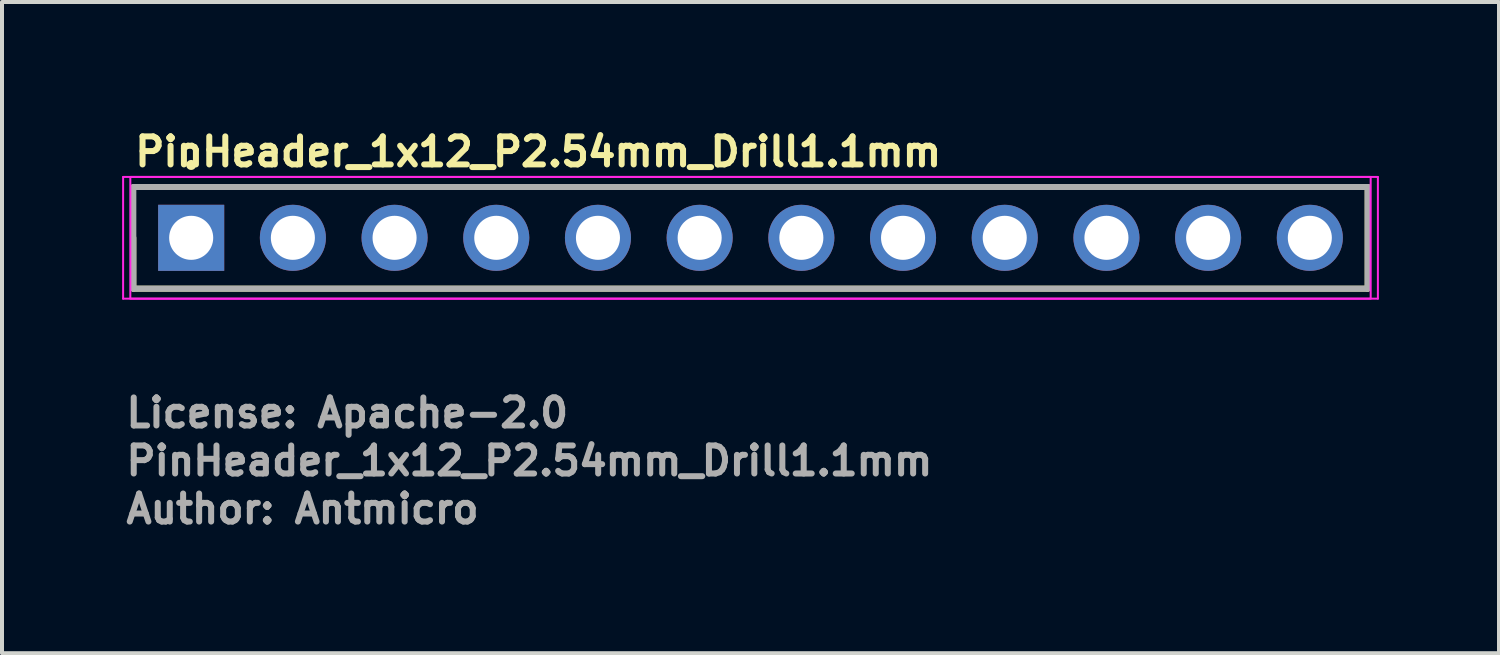
<source format=kicad_pcb>
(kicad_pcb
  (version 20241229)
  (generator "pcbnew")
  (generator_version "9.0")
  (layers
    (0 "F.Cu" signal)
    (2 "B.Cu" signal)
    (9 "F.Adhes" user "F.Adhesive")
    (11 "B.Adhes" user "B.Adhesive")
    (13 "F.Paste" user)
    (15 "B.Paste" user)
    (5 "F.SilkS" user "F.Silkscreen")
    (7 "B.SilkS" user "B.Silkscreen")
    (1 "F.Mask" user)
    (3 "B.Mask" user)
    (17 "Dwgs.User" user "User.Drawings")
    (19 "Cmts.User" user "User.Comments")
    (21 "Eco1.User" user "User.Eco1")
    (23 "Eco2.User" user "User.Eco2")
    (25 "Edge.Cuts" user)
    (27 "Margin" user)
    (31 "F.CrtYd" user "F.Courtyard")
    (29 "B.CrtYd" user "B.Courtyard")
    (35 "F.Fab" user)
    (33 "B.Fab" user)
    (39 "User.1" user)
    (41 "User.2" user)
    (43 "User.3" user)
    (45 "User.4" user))
  (footprint "PinHeader_1x12_P2.54mm_Drill1.1mm"
    (layer "F.Cu")
    (at 1.725 2.89)
    (property "Reference" "PinHeader_1x12_P2.54mm_Drill1.1mm" (at -1.48 -1.74 0) (unlocked yes) (layer "F.SilkS") (effects (font (size 0.7 0.7) (thickness 0.15)) (justify left bottom)))
    (attr through_hole)
    (fp_line (start -1.445 0) (end -1.445 1.27) (stroke (width 0.15) (type solid)) (layer "F.SilkS"))
    (fp_line (start -1.445 1.27) (end 29.385 1.27) (stroke (width 0.15) (type solid)) (layer "F.SilkS"))
    (fp_line (start 29.385 -1.27) (end 0 -1.27) (stroke (width 0.15) (type solid)) (layer "F.SilkS"))
    (fp_line (start 29.385 1.27) (end 29.385 -1.27) (stroke (width 0.15) (type solid)) (layer "F.SilkS"))
    (fp_circle (center 0 -1.82) (end 0.05 -1.82) (stroke (width 0.15) (type solid)) (fill yes) (layer "F.SilkS"))
    (fp_line (start -1.7 -1.52) (end 29.64 -1.52) (stroke (width 0.05) (type solid)) (layer "F.CrtYd"))
    (fp_line (start -1.7 1.52) (end -1.7 -1.52) (stroke (width 0.05) (type solid)) (layer "F.CrtYd"))
    (fp_line (start 29.64 -1.52) (end 29.64 1.52) (stroke (width 0.05) (type solid)) (layer "F.CrtYd"))
    (fp_line (start 29.64 1.52) (end -1.7 1.52) (stroke (width 0.05) (type solid)) (layer "F.CrtYd"))
    (fp_rect (start -1.52 -1.52) (end 29.46 1.52) (stroke (width 0.05) (type solid)) (fill no) (layer "F.CrtYd"))
    (fp_line (start -1.445 -1.27) (end 29.385 -1.27) (stroke (width 0.15) (type solid)) (layer "F.Fab"))
    (fp_line (start -1.445 1.27) (end -1.445 -1.27) (stroke (width 0.15) (type solid)) (layer "F.Fab"))
    (fp_line (start 29.385 -1.27) (end 29.385 1.27) (stroke (width 0.15) (type solid)) (layer "F.Fab"))
    (fp_line (start 29.385 1.27) (end -1.445 1.27) (stroke (width 0.15) (type solid)) (layer "F.Fab"))
    (fp_rect (start -1.27 -1.27) (end 29.21 1.27) (stroke (width 0.1) (type solid)) (fill no) (layer "User.5"))
    (fp_line (start -1.27 -1.27) (end 1.045 -1.27) (stroke (width 0.02) (type solid)) (layer "User.9"))
    (fp_line (start -1.27 1.27) (end -1.27 -1.27) (stroke (width 0.02) (type solid)) (layer "User.9"))
    (fp_line (start -1.27 1.27) (end 1.045 1.27) (stroke (width 0.02) (type solid)) (layer "User.9"))
    (fp_line (start -0.32 -0.32) (end -0.064 -0.064) (stroke (width 0.02) (type solid)) (layer "User.9"))
    (fp_line (start -0.32 -0.32) (end 0.32 -0.32) (stroke (width 0.02) (type solid)) (layer "User.9"))
    (fp_line (start -0.32 0.32) (end -0.32 -0.32) (stroke (width 0.02) (type solid)) (layer "User.9"))
    (fp_line (start -0.32 0.32) (end -0.064 0.064) (stroke (width 0.02) (type solid)) (layer "User.9"))
    (fp_line (start -0.32 0.32) (end 0.32 0.32) (stroke (width 0.02) (type solid)) (layer "User.9"))
    (fp_line (start -0.064 -0.064) (end 0.064 -0.064) (stroke (width 0.02) (type solid)) (layer "User.9"))
    (fp_line (start -0.064 0.064) (end -0.064 -0.064) (stroke (width 0.02) (type solid)) (layer "User.9"))
    (fp_line (start -0.064 0.064) (end 0.064 0.064) (stroke (width 0.02) (type solid)) (layer "User.9"))
    (fp_line (start 0.064 0.064) (end 0.064 -0.064) (stroke (width 0.02) (type solid)) (layer "User.9"))
    (fp_line (start 0.32 -0.32) (end 0.064 -0.064) (stroke (width 0.02) (type solid)) (layer "User.9"))
    (fp_line (start 0.32 0.32) (end 0.064 0.064) (stroke (width 0.02) (type solid)) (layer "User.9"))
    (fp_line (start 0.32 0.32) (end 0.32 -0.32) (stroke (width 0.02) (type solid)) (layer "User.9"))
    (fp_line (start 1.045 -1.27) (end 1.27 -1.045) (stroke (width 0.02) (type solid)) (layer "User.9"))
    (fp_line (start 1.045 1.27) (end 1.045 -1.27) (stroke (width 0.02) (type solid)) (layer "User.9"))
    (fp_line (start 1.045 1.27) (end 1.27 1.045) (stroke (width 0.02) (type solid)) (layer "User.9"))
    (fp_line (start 1.27 1.045) (end 1.27 -1.045) (stroke (width 0.02) (type solid)) (layer "User.9"))
    (fp_line (start 1.495 -1.27) (end 1.27 -1.045) (stroke (width 0.02) (type solid)) (layer "User.9"))
    (fp_line (start 1.495 -1.27) (end 3.585 -1.27) (stroke (width 0.02) (type solid)) (layer "User.9"))
    (fp_line (start 1.495 1.27) (end 1.27 1.045) (stroke (width 0.02) (type solid)) (layer "User.9"))
    (fp_line (start 1.495 1.27) (end 1.495 -1.27) (stroke (width 0.02) (type solid)) (layer "User.9"))
    (fp_line (start 1.495 1.27) (end 3.585 1.27) (stroke (width 0.02) (type solid)) (layer "User.9"))
    (fp_line (start 2.22 -0.32) (end 2.476 -0.064) (stroke (width 0.02) (type solid)) (layer "User.9"))
    (fp_line (start 2.22 -0.32) (end 2.86 -0.32) (stroke (width 0.02) (type solid)) (layer "User.9"))
    (fp_line (start 2.22 0.32) (end 2.22 -0.32) (stroke (width 0.02) (type solid)) (layer "User.9"))
    (fp_line (start 2.22 0.32) (end 2.476 0.064) (stroke (width 0.02) (type solid)) (layer "User.9"))
    (fp_line (start 2.22 0.32) (end 2.86 0.32) (stroke (width 0.02) (type solid)) (layer "User.9"))
    (fp_line (start 2.476 -0.064) (end 2.604 -0.064) (stroke (width 0.02) (type solid)) (layer "User.9"))
    (fp_line (start 2.476 0.064) (end 2.476 -0.064) (stroke (width 0.02) (type solid)) (layer "User.9"))
    (fp_line (start 2.476 0.064) (end 2.604 0.064) (stroke (width 0.02) (type solid)) (layer "User.9"))
    (fp_line (start 2.604 0.064) (end 2.604 -0.064) (stroke (width 0.02) (type solid)) (layer "User.9"))
    (fp_line (start 2.86 -0.32) (end 2.604 -0.064) (stroke (width 0.02) (type solid)) (layer "User.9"))
    (fp_line (start 2.86 0.32) (end 2.604 0.064) (stroke (width 0.02) (type solid)) (layer "User.9"))
    (fp_line (start 2.86 0.32) (end 2.86 -0.32) (stroke (width 0.02) (type solid)) (layer "User.9"))
    (fp_line (start 3.585 -1.27) (end 3.81 -1.045) (stroke (width 0.02) (type solid)) (layer "User.9"))
    (fp_line (start 3.585 1.27) (end 3.585 -1.27) (stroke (width 0.02) (type solid)) (layer "User.9"))
    (fp_line (start 3.585 1.27) (end 3.81 1.045) (stroke (width 0.02) (type solid)) (layer "User.9"))
    (fp_line (start 3.81 1.045) (end 3.81 -1.045) (stroke (width 0.02) (type solid)) (layer "User.9"))
    (fp_line (start 4.035 -1.27) (end 3.81 -1.045) (stroke (width 0.02) (type solid)) (layer "User.9"))
    (fp_line (start 4.035 -1.27) (end 6.125 -1.27) (stroke (width 0.02) (type solid)) (layer "User.9"))
    (fp_line (start 4.035 1.27) (end 3.81 1.045) (stroke (width 0.02) (type solid)) (layer "User.9"))
    (fp_line (start 4.035 1.27) (end 4.035 -1.27) (stroke (width 0.02) (type solid)) (layer "User.9"))
    (fp_line (start 4.035 1.27) (end 6.125 1.27) (stroke (width 0.02) (type solid)) (layer "User.9"))
    (fp_line (start 4.76 -0.32) (end 5.016 -0.064) (stroke (width 0.02) (type solid)) (layer "User.9"))
    (fp_line (start 4.76 -0.32) (end 5.4 -0.32) (stroke (width 0.02) (type solid)) (layer "User.9"))
    (fp_line (start 4.76 0.32) (end 4.76 -0.32) (stroke (width 0.02) (type solid)) (layer "User.9"))
    (fp_line (start 4.76 0.32) (end 5.016 0.064) (stroke (width 0.02) (type solid)) (layer "User.9"))
    (fp_line (start 4.76 0.32) (end 5.4 0.32) (stroke (width 0.02) (type solid)) (layer "User.9"))
    (fp_line (start 5.016 -0.064) (end 5.144 -0.064) (stroke (width 0.02) (type solid)) (layer "User.9"))
    (fp_line (start 5.016 0.064) (end 5.016 -0.064) (stroke (width 0.02) (type solid)) (layer "User.9"))
    (fp_line (start 5.016 0.064) (end 5.144 0.064) (stroke (width 0.02) (type solid)) (layer "User.9"))
    (fp_line (start 5.144 0.064) (end 5.144 -0.064) (stroke (width 0.02) (type solid)) (layer "User.9"))
    (fp_line (start 5.4 -0.32) (end 5.144 -0.064) (stroke (width 0.02) (type solid)) (layer "User.9"))
    (fp_line (start 5.4 0.32) (end 5.144 0.064) (stroke (width 0.02) (type solid)) (layer "User.9"))
    (fp_line (start 5.4 0.32) (end 5.4 -0.32) (stroke (width 0.02) (type solid)) (layer "User.9"))
    (fp_line (start 6.125 -1.27) (end 6.35 -1.045) (stroke (width 0.02) (type solid)) (layer "User.9"))
    (fp_line (start 6.125 1.27) (end 6.125 -1.27) (stroke (width 0.02) (type solid)) (layer "User.9"))
    (fp_line (start 6.125 1.27) (end 6.35 1.045) (stroke (width 0.02) (type solid)) (layer "User.9"))
    (fp_line (start 6.35 1.045) (end 6.35 -1.045) (stroke (width 0.02) (type solid)) (layer "User.9"))
    (fp_line (start 6.575 -1.27) (end 6.35 -1.045) (stroke (width 0.02) (type solid)) (layer "User.9"))
    (fp_line (start 6.575 -1.27) (end 8.665 -1.27) (stroke (width 0.02) (type solid)) (layer "User.9"))
    (fp_line (start 6.575 1.27) (end 6.35 1.045) (stroke (width 0.02) (type solid)) (layer "User.9"))
    (fp_line (start 6.575 1.27) (end 6.575 -1.27) (stroke (width 0.02) (type solid)) (layer "User.9"))
    (fp_line (start 6.575 1.27) (end 8.665 1.27) (stroke (width 0.02) (type solid)) (layer "User.9"))
    (fp_line (start 7.3 -0.32) (end 7.556 -0.064) (stroke (width 0.02) (type solid)) (layer "User.9"))
    (fp_line (start 7.3 -0.32) (end 7.94 -0.32) (stroke (width 0.02) (type solid)) (layer "User.9"))
    (fp_line (start 7.3 0.32) (end 7.3 -0.32) (stroke (width 0.02) (type solid)) (layer "User.9"))
    (fp_line (start 7.3 0.32) (end 7.556 0.064) (stroke (width 0.02) (type solid)) (layer "User.9"))
    (fp_line (start 7.3 0.32) (end 7.94 0.32) (stroke (width 0.02) (type solid)) (layer "User.9"))
    (fp_line (start 7.556 -0.064) (end 7.684 -0.064) (stroke (width 0.02) (type solid)) (layer "User.9"))
    (fp_line (start 7.556 0.064) (end 7.556 -0.064) (stroke (width 0.02) (type solid)) (layer "User.9"))
    (fp_line (start 7.556 0.064) (end 7.684 0.064) (stroke (width 0.02) (type solid)) (layer "User.9"))
    (fp_line (start 7.684 0.064) (end 7.684 -0.064) (stroke (width 0.02) (type solid)) (layer "User.9"))
    (fp_line (start 7.94 -0.32) (end 7.684 -0.064) (stroke (width 0.02) (type solid)) (layer "User.9"))
    (fp_line (start 7.94 0.32) (end 7.684 0.064) (stroke (width 0.02) (type solid)) (layer "User.9"))
    (fp_line (start 7.94 0.32) (end 7.94 -0.32) (stroke (width 0.02) (type solid)) (layer "User.9"))
    (fp_line (start 8.665 -1.27) (end 8.89 -1.045) (stroke (width 0.02) (type solid)) (layer "User.9"))
    (fp_line (start 8.665 1.27) (end 8.665 -1.27) (stroke (width 0.02) (type solid)) (layer "User.9"))
    (fp_line (start 8.665 1.27) (end 8.89 1.045) (stroke (width 0.02) (type solid)) (layer "User.9"))
    (fp_line (start 8.89 1.045) (end 8.89 -1.045) (stroke (width 0.02) (type solid)) (layer "User.9"))
    (fp_line (start 9.115 -1.27) (end 8.89 -1.045) (stroke (width 0.02) (type solid)) (layer "User.9"))
    (fp_line (start 9.115 -1.27) (end 11.206 -1.27) (stroke (width 0.02) (type solid)) (layer "User.9"))
    (fp_line (start 9.115 1.27) (end 8.89 1.045) (stroke (width 0.02) (type solid)) (layer "User.9"))
    (fp_line (start 9.115 1.27) (end 9.115 -1.27) (stroke (width 0.02) (type solid)) (layer "User.9"))
    (fp_line (start 9.115 1.27) (end 11.206 1.27) (stroke (width 0.02) (type solid)) (layer "User.9"))
    (fp_line (start 9.84 -0.32) (end 10.096 -0.064) (stroke (width 0.02) (type solid)) (layer "User.9"))
    (fp_line (start 9.84 -0.32) (end 10.48 -0.32) (stroke (width 0.02) (type solid)) (layer "User.9"))
    (fp_line (start 9.84 0.32) (end 9.84 -0.32) (stroke (width 0.02) (type solid)) (layer "User.9"))
    (fp_line (start 9.84 0.32) (end 10.096 0.064) (stroke (width 0.02) (type solid)) (layer "User.9"))
    (fp_line (start 9.84 0.32) (end 10.48 0.32) (stroke (width 0.02) (type solid)) (layer "User.9"))
    (fp_line (start 10.096 -0.064) (end 10.224 -0.064) (stroke (width 0.02) (type solid)) (layer "User.9"))
    (fp_line (start 10.096 0.064) (end 10.096 -0.064) (stroke (width 0.02) (type solid)) (layer "User.9"))
    (fp_line (start 10.096 0.064) (end 10.224 0.064) (stroke (width 0.02) (type solid)) (layer "User.9"))
    (fp_line (start 10.224 0.064) (end 10.224 -0.064) (stroke (width 0.02) (type solid)) (layer "User.9"))
    (fp_line (start 10.48 -0.32) (end 10.224 -0.064) (stroke (width 0.02) (type solid)) (layer "User.9"))
    (fp_line (start 10.48 0.32) (end 10.224 0.064) (stroke (width 0.02) (type solid)) (layer "User.9"))
    (fp_line (start 10.48 0.32) (end 10.48 -0.32) (stroke (width 0.02) (type solid)) (layer "User.9"))
    (fp_line (start 11.206 -1.27) (end 11.43 -1.045) (stroke (width 0.02) (type solid)) (layer "User.9"))
    (fp_line (start 11.206 1.27) (end 11.206 -1.27) (stroke (width 0.02) (type solid)) (layer "User.9"))
    (fp_line (start 11.206 1.27) (end 11.43 1.045) (stroke (width 0.02) (type solid)) (layer "User.9"))
    (fp_line (start 11.43 1.045) (end 11.43 -1.045) (stroke (width 0.02) (type solid)) (layer "User.9"))
    (fp_line (start 11.654 -1.27) (end 11.43 -1.045) (stroke (width 0.02) (type solid)) (layer "User.9"))
    (fp_line (start 11.654 -1.27) (end 13.746 -1.27) (stroke (width 0.02) (type solid)) (layer "User.9"))
    (fp_line (start 11.654 1.27) (end 11.43 1.045) (stroke (width 0.02) (type solid)) (layer "User.9"))
    (fp_line (start 11.654 1.27) (end 11.654 -1.27) (stroke (width 0.02) (type solid)) (layer "User.9"))
    (fp_line (start 11.654 1.27) (end 13.746 1.27) (stroke (width 0.02) (type solid)) (layer "User.9"))
    (fp_line (start 12.38 -0.32) (end 12.636 -0.064) (stroke (width 0.02) (type solid)) (layer "User.9"))
    (fp_line (start 12.38 -0.32) (end 13.02 -0.32) (stroke (width 0.02) (type solid)) (layer "User.9"))
    (fp_line (start 12.38 0.32) (end 12.38 -0.32) (stroke (width 0.02) (type solid)) (layer "User.9"))
    (fp_line (start 12.38 0.32) (end 12.636 0.064) (stroke (width 0.02) (type solid)) (layer "User.9"))
    (fp_line (start 12.38 0.32) (end 13.02 0.32) (stroke (width 0.02) (type solid)) (layer "User.9"))
    (fp_line (start 12.636 -0.064) (end 12.764 -0.064) (stroke (width 0.02) (type solid)) (layer "User.9"))
    (fp_line (start 12.636 0.064) (end 12.636 -0.064) (stroke (width 0.02) (type solid)) (layer "User.9"))
    (fp_line (start 12.636 0.064) (end 12.764 0.064) (stroke (width 0.02) (type solid)) (layer "User.9"))
    (fp_line (start 12.764 0.064) (end 12.764 -0.064) (stroke (width 0.02) (type solid)) (layer "User.9"))
    (fp_line (start 13.02 -0.32) (end 12.764 -0.064) (stroke (width 0.02) (type solid)) (layer "User.9"))
    (fp_line (start 13.02 0.32) (end 12.764 0.064) (stroke (width 0.02) (type solid)) (layer "User.9"))
    (fp_line (start 13.02 0.32) (end 13.02 -0.32) (stroke (width 0.02) (type solid)) (layer "User.9"))
    (fp_line (start 13.746 -1.27) (end 13.97 -1.045) (stroke (width 0.02) (type solid)) (layer "User.9"))
    (fp_line (start 13.746 1.27) (end 13.746 -1.27) (stroke (width 0.02) (type solid)) (layer "User.9"))
    (fp_line (start 13.746 1.27) (end 13.97 1.045) (stroke (width 0.02) (type solid)) (layer "User.9"))
    (fp_line (start 13.97 1.045) (end 13.97 -1.045) (stroke (width 0.02) (type solid)) (layer "User.9"))
    (fp_line (start 14.194 -1.27) (end 13.97 -1.045) (stroke (width 0.02) (type solid)) (layer "User.9"))
    (fp_line (start 14.194 -1.27) (end 16.285 -1.27) (stroke (width 0.02) (type solid)) (layer "User.9"))
    (fp_line (start 14.194 1.27) (end 13.97 1.045) (stroke (width 0.02) (type solid)) (layer "User.9"))
    (fp_line (start 14.194 1.27) (end 14.194 -1.27) (stroke (width 0.02) (type solid)) (layer "User.9"))
    (fp_line (start 14.194 1.27) (end 16.285 1.27) (stroke (width 0.02) (type solid)) (layer "User.9"))
    (fp_line (start 14.92 -0.32) (end 15.176 -0.064) (stroke (width 0.02) (type solid)) (layer "User.9"))
    (fp_line (start 14.92 -0.32) (end 15.56 -0.32) (stroke (width 0.02) (type solid)) (layer "User.9"))
    (fp_line (start 14.92 0.32) (end 14.92 -0.32) (stroke (width 0.02) (type solid)) (layer "User.9"))
    (fp_line (start 14.92 0.32) (end 15.176 0.064) (stroke (width 0.02) (type solid)) (layer "User.9"))
    (fp_line (start 14.92 0.32) (end 15.56 0.32) (stroke (width 0.02) (type solid)) (layer "User.9"))
    (fp_line (start 15.176 -0.064) (end 15.304 -0.064) (stroke (width 0.02) (type solid)) (layer "User.9"))
    (fp_line (start 15.176 0.064) (end 15.176 -0.064) (stroke (width 0.02) (type solid)) (layer "User.9"))
    (fp_line (start 15.176 0.064) (end 15.304 0.064) (stroke (width 0.02) (type solid)) (layer "User.9"))
    (fp_line (start 15.304 0.064) (end 15.304 -0.064) (stroke (width 0.02) (type solid)) (layer "User.9"))
    (fp_line (start 15.56 -0.32) (end 15.304 -0.064) (stroke (width 0.02) (type solid)) (layer "User.9"))
    (fp_line (start 15.56 0.32) (end 15.304 0.064) (stroke (width 0.02) (type solid)) (layer "User.9"))
    (fp_line (start 15.56 0.32) (end 15.56 -0.32) (stroke (width 0.02) (type solid)) (layer "User.9"))
    (fp_line (start 16.285 -1.27) (end 16.51 -1.045) (stroke (width 0.02) (type solid)) (layer "User.9"))
    (fp_line (start 16.285 1.27) (end 16.285 -1.27) (stroke (width 0.02) (type solid)) (layer "User.9"))
    (fp_line (start 16.285 1.27) (end 16.51 1.045) (stroke (width 0.02) (type solid)) (layer "User.9"))
    (fp_line (start 16.51 1.045) (end 16.51 -1.045) (stroke (width 0.02) (type solid)) (layer "User.9"))
    (fp_line (start 16.735 -1.27) (end 16.51 -1.045) (stroke (width 0.02) (type solid)) (layer "User.9"))
    (fp_line (start 16.735 -1.27) (end 18.826 -1.27) (stroke (width 0.02) (type solid)) (layer "User.9"))
    (fp_line (start 16.735 1.27) (end 16.51 1.045) (stroke (width 0.02) (type solid)) (layer "User.9"))
    (fp_line (start 16.735 1.27) (end 16.735 -1.27) (stroke (width 0.02) (type solid)) (layer "User.9"))
    (fp_line (start 16.735 1.27) (end 18.826 1.27) (stroke (width 0.02) (type solid)) (layer "User.9"))
    (fp_line (start 17.46 -0.32) (end 17.716 -0.064) (stroke (width 0.02) (type solid)) (layer "User.9"))
    (fp_line (start 17.46 -0.32) (end 18.1 -0.32) (stroke (width 0.02) (type solid)) (layer "User.9"))
    (fp_line (start 17.46 0.32) (end 17.46 -0.32) (stroke (width 0.02) (type solid)) (layer "User.9"))
    (fp_line (start 17.46 0.32) (end 17.716 0.064) (stroke (width 0.02) (type solid)) (layer "User.9"))
    (fp_line (start 17.46 0.32) (end 18.1 0.32) (stroke (width 0.02) (type solid)) (layer "User.9"))
    (fp_line (start 17.716 -0.064) (end 17.844 -0.064) (stroke (width 0.02) (type solid)) (layer "User.9"))
    (fp_line (start 17.716 0.064) (end 17.716 -0.064) (stroke (width 0.02) (type solid)) (layer "User.9"))
    (fp_line (start 17.716 0.064) (end 17.844 0.064) (stroke (width 0.02) (type solid)) (layer "User.9"))
    (fp_line (start 17.844 0.064) (end 17.844 -0.064) (stroke (width 0.02) (type solid)) (layer "User.9"))
    (fp_line (start 18.1 -0.32) (end 17.844 -0.064) (stroke (width 0.02) (type solid)) (layer "User.9"))
    (fp_line (start 18.1 0.32) (end 17.844 0.064) (stroke (width 0.02) (type solid)) (layer "User.9"))
    (fp_line (start 18.1 0.32) (end 18.1 -0.32) (stroke (width 0.02) (type solid)) (layer "User.9"))
    (fp_line (start 18.826 -1.27) (end 19.05 -1.045) (stroke (width 0.02) (type solid)) (layer "User.9"))
    (fp_line (start 18.826 1.27) (end 18.826 -1.27) (stroke (width 0.02) (type solid)) (layer "User.9"))
    (fp_line (start 18.826 1.27) (end 19.05 1.045) (stroke (width 0.02) (type solid)) (layer "User.9"))
    (fp_line (start 19.05 1.045) (end 19.05 -1.045) (stroke (width 0.02) (type solid)) (layer "User.9"))
    (fp_line (start 19.274 -1.27) (end 19.05 -1.045) (stroke (width 0.02) (type solid)) (layer "User.9"))
    (fp_line (start 19.274 -1.27) (end 21.365 -1.27) (stroke (width 0.02) (type solid)) (layer "User.9"))
    (fp_line (start 19.274 1.27) (end 19.05 1.045) (stroke (width 0.02) (type solid)) (layer "User.9"))
    (fp_line (start 19.274 1.27) (end 19.274 -1.27) (stroke (width 0.02) (type solid)) (layer "User.9"))
    (fp_line (start 19.274 1.27) (end 21.365 1.27) (stroke (width 0.02) (type solid)) (layer "User.9"))
    (fp_line (start 20 -0.32) (end 20.256 -0.064) (stroke (width 0.02) (type solid)) (layer "User.9"))
    (fp_line (start 20 -0.32) (end 20.64 -0.32) (stroke (width 0.02) (type solid)) (layer "User.9"))
    (fp_line (start 20 0.32) (end 20 -0.32) (stroke (width 0.02) (type solid)) (layer "User.9"))
    (fp_line (start 20 0.32) (end 20.256 0.064) (stroke (width 0.02) (type solid)) (layer "User.9"))
    (fp_line (start 20 0.32) (end 20.64 0.32) (stroke (width 0.02) (type solid)) (layer "User.9"))
    (fp_line (start 20.256 -0.064) (end 20.384 -0.064) (stroke (width 0.02) (type solid)) (layer "User.9"))
    (fp_line (start 20.256 0.064) (end 20.256 -0.064) (stroke (width 0.02) (type solid)) (layer "User.9"))
    (fp_line (start 20.256 0.064) (end 20.384 0.064) (stroke (width 0.02) (type solid)) (layer "User.9"))
    (fp_line (start 20.384 0.064) (end 20.384 -0.064) (stroke (width 0.02) (type solid)) (layer "User.9"))
    (fp_line (start 20.64 -0.32) (end 20.384 -0.064) (stroke (width 0.02) (type solid)) (layer "User.9"))
    (fp_line (start 20.64 0.32) (end 20.384 0.064) (stroke (width 0.02) (type solid)) (layer "User.9"))
    (fp_line (start 20.64 0.32) (end 20.64 -0.32) (stroke (width 0.02) (type solid)) (layer "User.9"))
    (fp_line (start 21.365 -1.27) (end 21.59 -1.045) (stroke (width 0.02) (type solid)) (layer "User.9"))
    (fp_line (start 21.365 1.27) (end 21.365 -1.27) (stroke (width 0.02) (type solid)) (layer "User.9"))
    (fp_line (start 21.365 1.27) (end 21.59 1.045) (stroke (width 0.02) (type solid)) (layer "User.9"))
    (fp_line (start 21.59 1.045) (end 21.59 -1.045) (stroke (width 0.02) (type solid)) (layer "User.9"))
    (fp_line (start 21.815 -1.27) (end 21.59 -1.045) (stroke (width 0.02) (type solid)) (layer "User.9"))
    (fp_line (start 21.815 -1.27) (end 23.906 -1.27) (stroke (width 0.02) (type solid)) (layer "User.9"))
    (fp_line (start 21.815 1.27) (end 21.59 1.045) (stroke (width 0.02) (type solid)) (layer "User.9"))
    (fp_line (start 21.815 1.27) (end 21.815 -1.27) (stroke (width 0.02) (type solid)) (layer "User.9"))
    (fp_line (start 21.815 1.27) (end 23.906 1.27) (stroke (width 0.02) (type solid)) (layer "User.9"))
    (fp_line (start 22.54 -0.32) (end 22.796 -0.064) (stroke (width 0.02) (type solid)) (layer "User.9"))
    (fp_line (start 22.54 -0.32) (end 23.18 -0.32) (stroke (width 0.02) (type solid)) (layer "User.9"))
    (fp_line (start 22.54 0.32) (end 22.54 -0.32) (stroke (width 0.02) (type solid)) (layer "User.9"))
    (fp_line (start 22.54 0.32) (end 22.796 0.064) (stroke (width 0.02) (type solid)) (layer "User.9"))
    (fp_line (start 22.54 0.32) (end 23.18 0.32) (stroke (width 0.02) (type solid)) (layer "User.9"))
    (fp_line (start 22.796 -0.064) (end 22.924 -0.064) (stroke (width 0.02) (type solid)) (layer "User.9"))
    (fp_line (start 22.796 0.064) (end 22.796 -0.064) (stroke (width 0.02) (type solid)) (layer "User.9"))
    (fp_line (start 22.796 0.064) (end 22.924 0.064) (stroke (width 0.02) (type solid)) (layer "User.9"))
    (fp_line (start 22.924 0.064) (end 22.924 -0.064) (stroke (width 0.02) (type solid)) (layer "User.9"))
    (fp_line (start 23.18 -0.32) (end 22.924 -0.064) (stroke (width 0.02) (type solid)) (layer "User.9"))
    (fp_line (start 23.18 0.32) (end 22.924 0.064) (stroke (width 0.02) (type solid)) (layer "User.9"))
    (fp_line (start 23.18 0.32) (end 23.18 -0.32) (stroke (width 0.02) (type solid)) (layer "User.9"))
    (fp_line (start 23.906 -1.27) (end 24.13 -1.045) (stroke (width 0.02) (type solid)) (layer "User.9"))
    (fp_line (start 23.906 1.27) (end 23.906 -1.27) (stroke (width 0.02) (type solid)) (layer "User.9"))
    (fp_line (start 23.906 1.27) (end 24.13 1.045) (stroke (width 0.02) (type solid)) (layer "User.9"))
    (fp_line (start 24.13 1.045) (end 24.13 -1.045) (stroke (width 0.02) (type solid)) (layer "User.9"))
    (fp_line (start 24.354 -1.27) (end 24.13 -1.045) (stroke (width 0.02) (type solid)) (layer "User.9"))
    (fp_line (start 24.354 -1.27) (end 26.445 -1.27) (stroke (width 0.02) (type solid)) (layer "User.9"))
    (fp_line (start 24.354 1.27) (end 24.13 1.045) (stroke (width 0.02) (type solid)) (layer "User.9"))
    (fp_line (start 24.354 1.27) (end 24.354 -1.27) (stroke (width 0.02) (type solid)) (layer "User.9"))
    (fp_line (start 24.354 1.27) (end 26.445 1.27) (stroke (width 0.02) (type solid)) (layer "User.9"))
    (fp_line (start 25.08 -0.32) (end 25.336 -0.064) (stroke (width 0.02) (type solid)) (layer "User.9"))
    (fp_line (start 25.08 -0.32) (end 25.72 -0.32) (stroke (width 0.02) (type solid)) (layer "User.9"))
    (fp_line (start 25.08 0.32) (end 25.08 -0.32) (stroke (width 0.02) (type solid)) (layer "User.9"))
    (fp_line (start 25.08 0.32) (end 25.336 0.064) (stroke (width 0.02) (type solid)) (layer "User.9"))
    (fp_line (start 25.08 0.32) (end 25.72 0.32) (stroke (width 0.02) (type solid)) (layer "User.9"))
    (fp_line (start 25.336 -0.064) (end 25.464 -0.064) (stroke (width 0.02) (type solid)) (layer "User.9"))
    (fp_line (start 25.336 0.064) (end 25.336 -0.064) (stroke (width 0.02) (type solid)) (layer "User.9"))
    (fp_line (start 25.336 0.064) (end 25.464 0.064) (stroke (width 0.02) (type solid)) (layer "User.9"))
    (fp_line (start 25.464 0.064) (end 25.464 -0.064) (stroke (width 0.02) (type solid)) (layer "User.9"))
    (fp_line (start 25.72 -0.32) (end 25.464 -0.064) (stroke (width 0.02) (type solid)) (layer "User.9"))
    (fp_line (start 25.72 0.32) (end 25.464 0.064) (stroke (width 0.02) (type solid)) (layer "User.9"))
    (fp_line (start 25.72 0.32) (end 25.72 -0.32) (stroke (width 0.02) (type solid)) (layer "User.9"))
    (fp_line (start 26.445 -1.27) (end 26.67 -1.045) (stroke (width 0.02) (type solid)) (layer "User.9"))
    (fp_line (start 26.445 1.27) (end 26.445 -1.27) (stroke (width 0.02) (type solid)) (layer "User.9"))
    (fp_line (start 26.445 1.27) (end 26.67 1.045) (stroke (width 0.02) (type solid)) (layer "User.9"))
    (fp_line (start 26.67 1.045) (end 26.67 -1.045) (stroke (width 0.02) (type solid)) (layer "User.9"))
    (fp_line (start 26.895 -1.27) (end 26.67 -1.045) (stroke (width 0.02) (type solid)) (layer "User.9"))
    (fp_line (start 26.895 -1.27) (end 29.21 -1.27) (stroke (width 0.02) (type solid)) (layer "User.9"))
    (fp_line (start 26.895 1.27) (end 26.67 1.045) (stroke (width 0.02) (type solid)) (layer "User.9"))
    (fp_line (start 26.895 1.27) (end 26.895 -1.27) (stroke (width 0.02) (type solid)) (layer "User.9"))
    (fp_line (start 26.895 1.27) (end 29.21 1.27) (stroke (width 0.02) (type solid)) (layer "User.9"))
    (fp_line (start 27.62 -0.32) (end 27.876 -0.064) (stroke (width 0.02) (type solid)) (layer "User.9"))
    (fp_line (start 27.62 -0.32) (end 28.26 -0.32) (stroke (width 0.02) (type solid)) (layer "User.9"))
    (fp_line (start 27.62 0.32) (end 27.62 -0.32) (stroke (width 0.02) (type solid)) (layer "User.9"))
    (fp_line (start 27.62 0.32) (end 27.876 0.064) (stroke (width 0.02) (type solid)) (layer "User.9"))
    (fp_line (start 27.62 0.32) (end 28.26 0.32) (stroke (width 0.02) (type solid)) (layer "User.9"))
    (fp_line (start 27.876 -0.064) (end 28.004 -0.064) (stroke (width 0.02) (type solid)) (layer "User.9"))
    (fp_line (start 27.876 0.064) (end 27.876 -0.064) (stroke (width 0.02) (type solid)) (layer "User.9"))
    (fp_line (start 27.876 0.064) (end 28.004 0.064) (stroke (width 0.02) (type solid)) (layer "User.9"))
    (fp_line (start 28.004 0.064) (end 28.004 -0.064) (stroke (width 0.02) (type solid)) (layer "User.9"))
    (fp_line (start 28.26 -0.32) (end 28.004 -0.064) (stroke (width 0.02) (type solid)) (layer "User.9"))
    (fp_line (start 28.26 0.32) (end 28.004 0.064) (stroke (width 0.02) (type solid)) (layer "User.9"))
    (fp_line (start 28.26 0.32) (end 28.26 -0.32) (stroke (width 0.02) (type solid)) (layer "User.9"))
    (fp_line (start 29.21 1.27) (end 29.21 -1.27) (stroke (width 0.02) (type solid)) (layer "User.9"))
    (fp_text user "${REFERENCE}" (at -1.7 5.98 0) (unlocked yes) (layer "F.Fab") (effects (font (size 0.7 0.7) (thickness 0.15)) (justify left bottom)))
    (fp_text user "Author: Antmicro" (at -1.7 7.18 0) (layer "F.Fab") (effects (font (size 0.7 0.7) (thickness 0.15)) (justify left bottom)))
    (fp_text user "License: Apache-2.0" (at -1.7 4.78 0) (layer "F.Fab") (effects (font (size 0.7 0.7) (thickness 0.15)) (justify left bottom)))
    (pad "1" thru_hole rect (at 0 0) (size 1.65 1.65) (drill 1.1) (layers "*.Cu" "*.Mask"))
    (pad "2" thru_hole circle (at 2.54 0) (size 1.65 1.65) (drill 1.1) (layers "*.Cu" "*.Mask"))
    (pad "3" thru_hole circle (at 5.08 0) (size 1.65 1.65) (drill 1.1) (layers "*.Cu" "*.Mask"))
    (pad "4" thru_hole circle (at 7.62 0) (size 1.65 1.65) (drill 1.1) (layers "*.Cu" "*.Mask"))
    (pad "5" thru_hole circle (at 10.16 0) (size 1.65 1.65) (drill 1.1) (layers "*.Cu" "*.Mask"))
    (pad "6" thru_hole circle (at 12.7 0) (size 1.65 1.65) (drill 1.1) (layers "*.Cu" "*.Mask"))
    (pad "7" thru_hole circle (at 15.24 0) (size 1.65 1.65) (drill 1.1) (layers "*.Cu" "*.Mask"))
    (pad "8" thru_hole circle (at 17.78 0) (size 1.65 1.65) (drill 1.1) (layers "*.Cu" "*.Mask"))
    (pad "9" thru_hole circle (at 20.32 0) (size 1.65 1.65) (drill 1.1) (layers "*.Cu" "*.Mask"))
    (pad "10" thru_hole circle (at 22.86 0) (size 1.65 1.65) (drill 1.1) (layers "*.Cu" "*.Mask"))
    (pad "11" thru_hole circle (at 25.4 0) (size 1.65 1.65) (drill 1.1) (layers "*.Cu" "*.Mask"))
    (pad "12" thru_hole circle (at 27.94 0) (size 1.65 1.65) (drill 1.1) (layers "*.Cu" "*.Mask")))
  (gr_rect
    (start -3 -3)
    (end 34.39 13.265)
    (stroke (width 0.1) (type default))
    (fill no)
    (layer "Edge.Cuts")))
</source>
